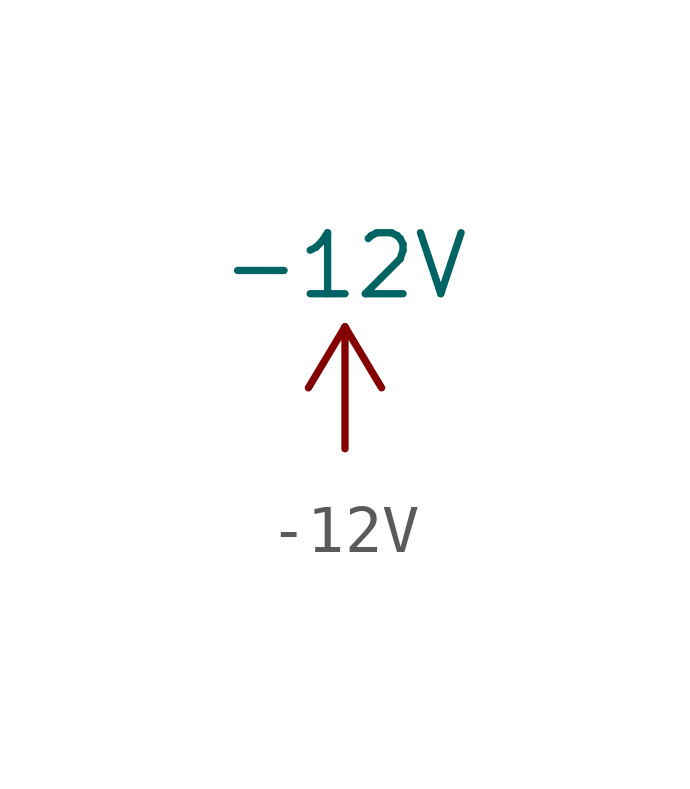
<source format=kicad_sym>
(kicad_symbol_lib
  (version 20220914)
  (generator kicad_symbol_editor)
  (symbol "-12V"
    (power)
    (pin_names
      (offset 0))
    (property "Reference" "#PWR"
      (at 0 -2.54 0)
      (effects (font (size 1.27 1.27)) hide))
    (property "Value" "-12V"
      (at 0 3.81 0)
      (effects (font (size 1.27 1.27))))
    (symbol "-12V_1_1"
      (polyline (pts (xy -0.762 1.27) (xy 0 2.54)) (stroke (width 0) (type default)) (fill (type none)))
      (polyline (pts (xy 0 0) (xy 0 2.54)) (stroke (width 0) (type default)) (fill (type none)))
      (polyline (pts (xy 0 2.54) (xy 0.762 1.27)) (stroke (width 0) (type default)) (fill (type none)))
      (pin power_in line (at 0 0 90) (length 2.54) hide (name "-12V" (effects (font (size 1.016 1.016)))) (number "1" (effects (font (size 1.016 1.016))))))))
</source>
